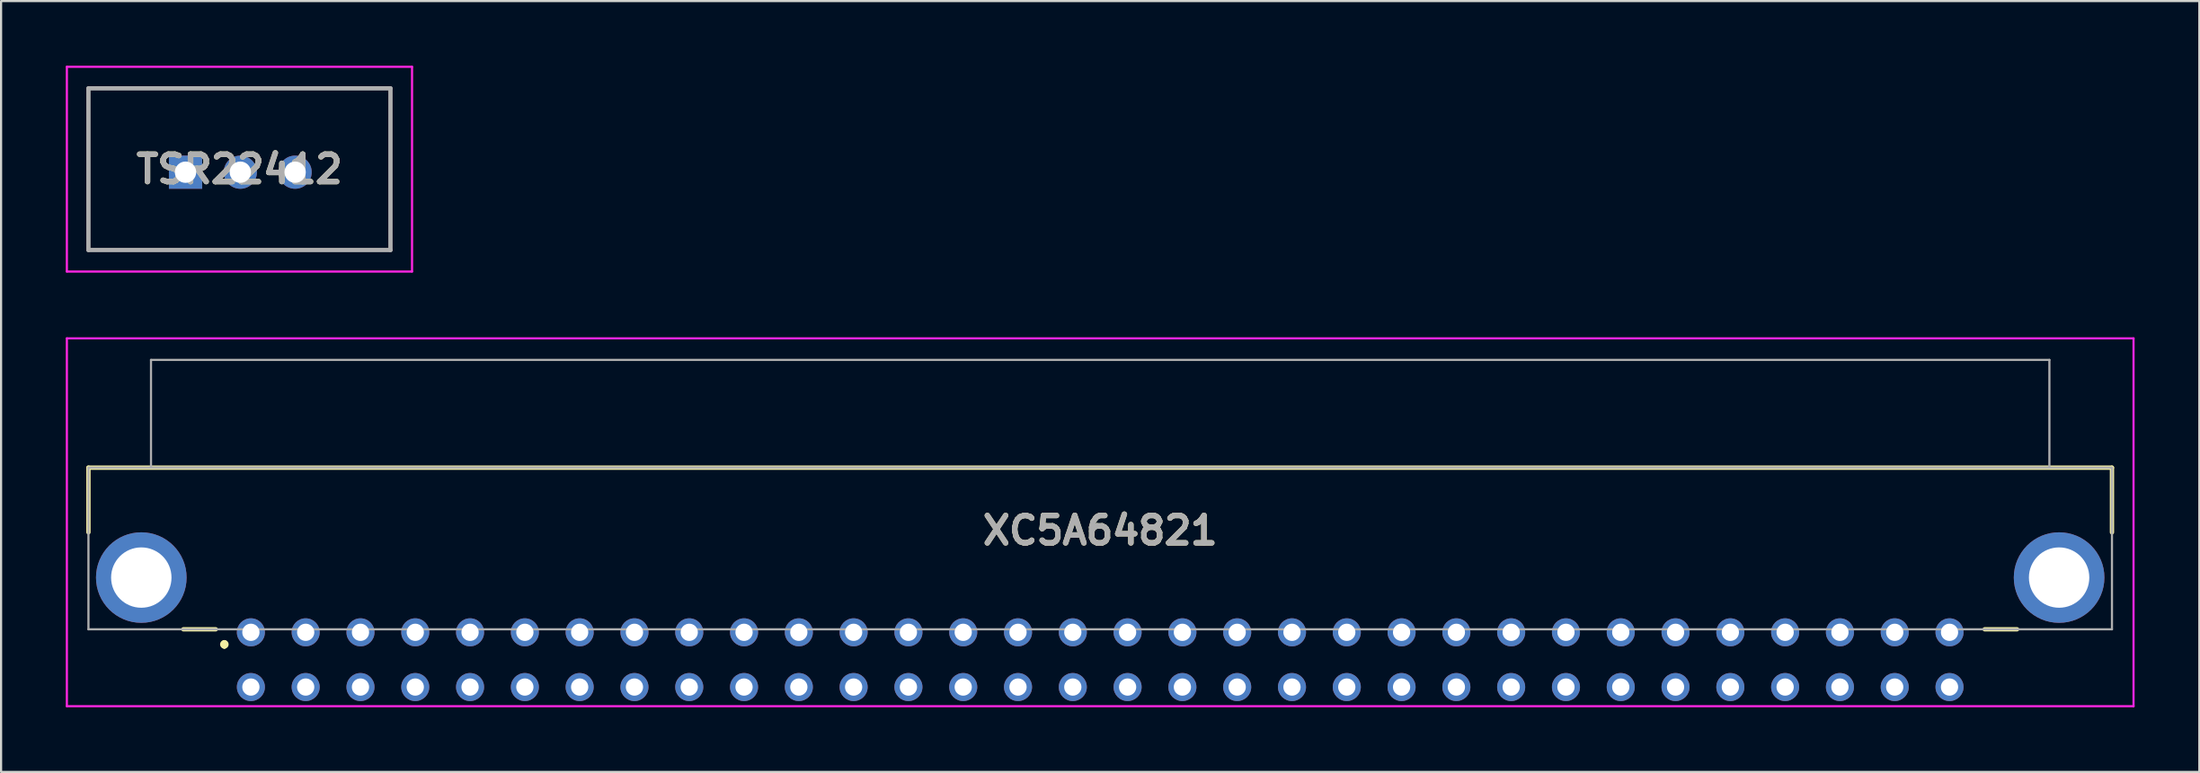
<source format=kicad_pcb>
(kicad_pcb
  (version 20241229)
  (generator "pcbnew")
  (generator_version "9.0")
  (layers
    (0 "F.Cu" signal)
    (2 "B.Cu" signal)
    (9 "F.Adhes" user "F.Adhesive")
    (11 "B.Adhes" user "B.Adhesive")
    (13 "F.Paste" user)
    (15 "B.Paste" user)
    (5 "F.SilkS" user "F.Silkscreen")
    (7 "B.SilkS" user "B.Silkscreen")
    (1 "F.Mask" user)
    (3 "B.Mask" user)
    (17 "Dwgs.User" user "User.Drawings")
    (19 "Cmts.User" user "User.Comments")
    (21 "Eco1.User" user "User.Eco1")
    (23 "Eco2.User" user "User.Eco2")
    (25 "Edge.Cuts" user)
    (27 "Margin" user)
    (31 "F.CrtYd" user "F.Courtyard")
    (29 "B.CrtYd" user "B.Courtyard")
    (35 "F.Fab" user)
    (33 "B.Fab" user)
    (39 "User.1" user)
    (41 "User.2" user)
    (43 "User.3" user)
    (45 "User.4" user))
  (footprint "TSR22412"
    (layer "F.Cu")
    (at 5.55 4.94)
    (property "Reference" "TSR22412" (at 2.5 -0.14 0) (layer "F.SilkS") (effects (font (size 1.27 1.27) (thickness 0.254))))
    (attr through_hole)
    (fp_line (start -4.5 -3.89) (end 9.5 -3.89) (stroke (width 0.1) (type solid)) (layer "F.SilkS"))
    (fp_line (start -4.5 3.61) (end -4.5 -3.89) (stroke (width 0.1) (type solid)) (layer "F.SilkS"))
    (fp_line (start 9.5 -3.89) (end 9.5 3.61) (stroke (width 0.1) (type solid)) (layer "F.SilkS"))
    (fp_line (start 9.5 3.61) (end -4.5 3.61) (stroke (width 0.1) (type solid)) (layer "F.SilkS"))
    (fp_line (start -5.5 -4.89) (end 10.5 -4.89) (stroke (width 0.1) (type solid)) (layer "F.CrtYd"))
    (fp_line (start -5.5 4.61) (end -5.5 -4.89) (stroke (width 0.1) (type solid)) (layer "F.CrtYd"))
    (fp_line (start 10.5 -4.89) (end 10.5 4.61) (stroke (width 0.1) (type solid)) (layer "F.CrtYd"))
    (fp_line (start 10.5 4.61) (end -5.5 4.61) (stroke (width 0.1) (type solid)) (layer "F.CrtYd"))
    (fp_line (start -4.5 -3.89) (end 9.5 -3.89) (stroke (width 0.2) (type solid)) (layer "F.Fab"))
    (fp_line (start -4.5 3.61) (end -4.5 -3.89) (stroke (width 0.2) (type solid)) (layer "F.Fab"))
    (fp_line (start 9.5 -3.89) (end 9.5 3.61) (stroke (width 0.2) (type solid)) (layer "F.Fab"))
    (fp_line (start 9.5 3.61) (end -4.5 3.61) (stroke (width 0.2) (type solid)) (layer "F.Fab"))
    (fp_text user "${REFERENCE}" (at 2.5 -0.14 0) (layer "F.Fab") (effects (font (size 1.27 1.27) (thickness 0.254))))
    (pad "1" thru_hole rect (at 0 0) (size 1.54 1.54) (drill 0.99) (layers "*.Cu" "*.Mask"))
    (pad "2" thru_hole circle (at 2.54 0) (size 1.54 1.54) (drill 0.99) (layers "*.Cu" "*.Mask"))
    (pad "3" thru_hole circle (at 5.08 0) (size 1.54 1.54) (drill 0.99) (layers "*.Cu" "*.Mask")))
  (footprint "XC5A64821"
    (layer "F.Cu")
    (at 8.58 26.29)
    (property "Reference" "XC5A64821" (at 39.37 -4.725 0) (layer "F.SilkS") (effects (font (size 1.27 1.27) (thickness 0.254))))
    (attr through_hole)
    (fp_line (start -7.53 -7.64) (end -7.53 -4.64) (stroke (width 0.2) (type solid)) (layer "F.SilkS"))
    (fp_line (start -3.13 -0.14) (end -1.63 -0.14) (stroke (width 0.2) (type solid)) (layer "F.SilkS"))
    (fp_line (start -1.23 0.46) (end -1.23 0.46) (stroke (width 0.2) (type solid)) (layer "F.SilkS"))
    (fp_line (start -1.23 0.66) (end -1.23 0.66) (stroke (width 0.2) (type solid)) (layer "F.SilkS"))
    (fp_line (start 80.37 -0.14) (end 81.87 -0.14) (stroke (width 0.2) (type solid)) (layer "F.SilkS"))
    (fp_line (start 86.27 -7.64) (end -7.53 -7.64) (stroke (width 0.2) (type solid)) (layer "F.SilkS"))
    (fp_line (start 86.27 -4.64) (end 86.27 -7.64) (stroke (width 0.2) (type solid)) (layer "F.SilkS"))
    (fp_arc (start -1.23 0.46) (mid -1.13 0.56) (end -1.23 0.66) (stroke (width 0.2) (type solid)) (layer "F.SilkS"))
    (fp_arc (start -1.23 0.66) (mid -1.33 0.56) (end -1.23 0.46) (stroke (width 0.2) (type solid)) (layer "F.SilkS"))
    (fp_line (start -8.53 -13.64) (end -8.53 3.429) (stroke (width 0.1) (type solid)) (layer "F.CrtYd"))
    (fp_line (start -8.53 3.429) (end 87.27 3.429) (stroke (width 0.1) (type solid)) (layer "F.CrtYd"))
    (fp_line (start 87.27 -13.64) (end -8.53 -13.64) (stroke (width 0.1) (type solid)) (layer "F.CrtYd"))
    (fp_line (start 87.27 3.429) (end 87.27 -13.64) (stroke (width 0.1) (type solid)) (layer "F.CrtYd"))
    (fp_line (start -7.53 -7.64) (end -7.53 -0.14) (stroke (width 0.1) (type solid)) (layer "F.Fab"))
    (fp_line (start -7.53 -0.14) (end 86.27 -0.14) (stroke (width 0.1) (type solid)) (layer "F.Fab"))
    (fp_line (start -4.63 -12.64) (end -4.63 -7.64) (stroke (width 0.1) (type solid)) (layer "F.Fab"))
    (fp_line (start -4.63 -7.64) (end 83.37 -7.64) (stroke (width 0.1) (type solid)) (layer "F.Fab"))
    (fp_line (start 83.37 -12.64) (end -4.63 -12.64) (stroke (width 0.1) (type solid)) (layer "F.Fab"))
    (fp_line (start 83.37 -7.64) (end 83.37 -12.64) (stroke (width 0.1) (type solid)) (layer "F.Fab"))
    (fp_line (start 86.27 -7.64) (end -7.53 -7.64) (stroke (width 0.1) (type solid)) (layer "F.Fab"))
    (fp_line (start 86.27 -0.14) (end 86.27 -7.64) (stroke (width 0.1) (type solid)) (layer "F.Fab"))
    (fp_text user "${REFERENCE}" (at 39.37 -4.725 0) (layer "F.Fab") (effects (font (size 1.27 1.27) (thickness 0.254))))
    (pad "A1" thru_hole circle (at 0 0) (size 1.3 1.3) (drill 0.8) (layers "*.Cu" "*.Mask"))
    (pad "A2" thru_hole circle (at 2.54 0) (size 1.3 1.3) (drill 0.8) (layers "*.Cu" "*.Mask"))
    (pad "A3" thru_hole circle (at 5.08 0) (size 1.3 1.3) (drill 0.8) (layers "*.Cu" "*.Mask"))
    (pad "A4" thru_hole circle (at 7.62 0) (size 1.3 1.3) (drill 0.8) (layers "*.Cu" "*.Mask"))
    (pad "A5" thru_hole circle (at 10.16 0) (size 1.3 1.3) (drill 0.8) (layers "*.Cu" "*.Mask"))
    (pad "A6" thru_hole circle (at 12.7 0) (size 1.3 1.3) (drill 0.8) (layers "*.Cu" "*.Mask"))
    (pad "A7" thru_hole circle (at 15.24 0) (size 1.3 1.3) (drill 0.8) (layers "*.Cu" "*.Mask"))
    (pad "A8" thru_hole circle (at 17.78 0) (size 1.3 1.3) (drill 0.8) (layers "*.Cu" "*.Mask"))
    (pad "A9" thru_hole circle (at 20.32 0) (size 1.3 1.3) (drill 0.8) (layers "*.Cu" "*.Mask"))
    (pad "A10" thru_hole circle (at 22.86 0) (size 1.3 1.3) (drill 0.8) (layers "*.Cu" "*.Mask"))
    (pad "A11" thru_hole circle (at 25.4 0) (size 1.3 1.3) (drill 0.8) (layers "*.Cu" "*.Mask"))
    (pad "A12" thru_hole circle (at 27.94 0) (size 1.3 1.3) (drill 0.8) (layers "*.Cu" "*.Mask"))
    (pad "A13" thru_hole circle (at 30.48 0) (size 1.3 1.3) (drill 0.8) (layers "*.Cu" "*.Mask"))
    (pad "A14" thru_hole circle (at 33.02 0) (size 1.3 1.3) (drill 0.8) (layers "*.Cu" "*.Mask"))
    (pad "A15" thru_hole circle (at 35.56 0) (size 1.3 1.3) (drill 0.8) (layers "*.Cu" "*.Mask"))
    (pad "A16" thru_hole circle (at 38.1 0) (size 1.3 1.3) (drill 0.8) (layers "*.Cu" "*.Mask"))
    (pad "A17" thru_hole circle (at 40.64 0) (size 1.3 1.3) (drill 0.8) (layers "*.Cu" "*.Mask"))
    (pad "A18" thru_hole circle (at 43.18 0) (size 1.3 1.3) (drill 0.8) (layers "*.Cu" "*.Mask"))
    (pad "A19" thru_hole circle (at 45.72 0) (size 1.3 1.3) (drill 0.8) (layers "*.Cu" "*.Mask"))
    (pad "A20" thru_hole circle (at 48.26 0) (size 1.3 1.3) (drill 0.8) (layers "*.Cu" "*.Mask"))
    (pad "A21" thru_hole circle (at 50.8 0) (size 1.3 1.3) (drill 0.8) (layers "*.Cu" "*.Mask"))
    (pad "A22" thru_hole circle (at 53.34 0) (size 1.3 1.3) (drill 0.8) (layers "*.Cu" "*.Mask"))
    (pad "A23" thru_hole circle (at 55.88 0) (size 1.3 1.3) (drill 0.8) (layers "*.Cu" "*.Mask"))
    (pad "A24" thru_hole circle (at 58.42 0) (size 1.3 1.3) (drill 0.8) (layers "*.Cu" "*.Mask"))
    (pad "A25" thru_hole circle (at 60.96 0) (size 1.3 1.3) (drill 0.8) (layers "*.Cu" "*.Mask"))
    (pad "A26" thru_hole circle (at 63.5 0) (size 1.3 1.3) (drill 0.8) (layers "*.Cu" "*.Mask"))
    (pad "A27" thru_hole circle (at 66.04 0) (size 1.3 1.3) (drill 0.8) (layers "*.Cu" "*.Mask"))
    (pad "A28" thru_hole circle (at 68.58 0) (size 1.3 1.3) (drill 0.8) (layers "*.Cu" "*.Mask"))
    (pad "A29" thru_hole circle (at 71.12 0) (size 1.3 1.3) (drill 0.8) (layers "*.Cu" "*.Mask"))
    (pad "A30" thru_hole circle (at 73.66 0) (size 1.3 1.3) (drill 0.8) (layers "*.Cu" "*.Mask"))
    (pad "A31" thru_hole circle (at 76.2 0) (size 1.3 1.3) (drill 0.8) (layers "*.Cu" "*.Mask"))
    (pad "A32" thru_hole circle (at 78.74 0) (size 1.3 1.3) (drill 0.8) (layers "*.Cu" "*.Mask"))
    (pad "B1" thru_hole circle (at 0 2.54) (size 1.3 1.3) (drill 0.8) (layers "*.Cu" "*.Mask"))
    (pad "B2" thru_hole circle (at 2.54 2.54) (size 1.3 1.3) (drill 0.8) (layers "*.Cu" "*.Mask"))
    (pad "B3" thru_hole circle (at 5.08 2.54) (size 1.3 1.3) (drill 0.8) (layers "*.Cu" "*.Mask"))
    (pad "B4" thru_hole circle (at 7.62 2.54) (size 1.3 1.3) (drill 0.8) (layers "*.Cu" "*.Mask"))
    (pad "B5" thru_hole circle (at 10.16 2.54) (size 1.3 1.3) (drill 0.8) (layers "*.Cu" "*.Mask"))
    (pad "B6" thru_hole circle (at 12.7 2.54) (size 1.3 1.3) (drill 0.8) (layers "*.Cu" "*.Mask"))
    (pad "B7" thru_hole circle (at 15.24 2.54) (size 1.3 1.3) (drill 0.8) (layers "*.Cu" "*.Mask"))
    (pad "B8" thru_hole circle (at 17.78 2.54) (size 1.3 1.3) (drill 0.8) (layers "*.Cu" "*.Mask"))
    (pad "B9" thru_hole circle (at 20.32 2.54) (size 1.3 1.3) (drill 0.8) (layers "*.Cu" "*.Mask"))
    (pad "B10" thru_hole circle (at 22.86 2.54) (size 1.3 1.3) (drill 0.8) (layers "*.Cu" "*.Mask"))
    (pad "B11" thru_hole circle (at 25.4 2.54) (size 1.3 1.3) (drill 0.8) (layers "*.Cu" "*.Mask"))
    (pad "B12" thru_hole circle (at 27.94 2.54) (size 1.3 1.3) (drill 0.8) (layers "*.Cu" "*.Mask"))
    (pad "B13" thru_hole circle (at 30.48 2.54) (size 1.3 1.3) (drill 0.8) (layers "*.Cu" "*.Mask"))
    (pad "B14" thru_hole circle (at 33.02 2.54) (size 1.3 1.3) (drill 0.8) (layers "*.Cu" "*.Mask"))
    (pad "B15" thru_hole circle (at 35.56 2.54) (size 1.3 1.3) (drill 0.8) (layers "*.Cu" "*.Mask"))
    (pad "B16" thru_hole circle (at 38.1 2.54) (size 1.3 1.3) (drill 0.8) (layers "*.Cu" "*.Mask"))
    (pad "B17" thru_hole circle (at 40.64 2.54) (size 1.3 1.3) (drill 0.8) (layers "*.Cu" "*.Mask"))
    (pad "B18" thru_hole circle (at 43.18 2.54) (size 1.3 1.3) (drill 0.8) (layers "*.Cu" "*.Mask"))
    (pad "B19" thru_hole circle (at 45.72 2.54) (size 1.3 1.3) (drill 0.8) (layers "*.Cu" "*.Mask"))
    (pad "B20" thru_hole circle (at 48.26 2.54) (size 1.3 1.3) (drill 0.8) (layers "*.Cu" "*.Mask"))
    (pad "B21" thru_hole circle (at 50.8 2.54) (size 1.3 1.3) (drill 0.8) (layers "*.Cu" "*.Mask"))
    (pad "B22" thru_hole circle (at 53.34 2.54) (size 1.3 1.3) (drill 0.8) (layers "*.Cu" "*.Mask"))
    (pad "B23" thru_hole circle (at 55.88 2.54) (size 1.3 1.3) (drill 0.8) (layers "*.Cu" "*.Mask"))
    (pad "B24" thru_hole circle (at 58.42 2.54) (size 1.3 1.3) (drill 0.8) (layers "*.Cu" "*.Mask"))
    (pad "B25" thru_hole circle (at 60.96 2.54) (size 1.3 1.3) (drill 0.8) (layers "*.Cu" "*.Mask"))
    (pad "B26" thru_hole circle (at 63.5 2.54) (size 1.3 1.3) (drill 0.8) (layers "*.Cu" "*.Mask"))
    (pad "B27" thru_hole circle (at 66.04 2.54) (size 1.3 1.3) (drill 0.8) (layers "*.Cu" "*.Mask"))
    (pad "B28" thru_hole circle (at 68.58 2.54) (size 1.3 1.3) (drill 0.8) (layers "*.Cu" "*.Mask"))
    (pad "B29" thru_hole circle (at 71.12 2.54) (size 1.3 1.3) (drill 0.8) (layers "*.Cu" "*.Mask"))
    (pad "B30" thru_hole circle (at 73.66 2.54) (size 1.3 1.3) (drill 0.8) (layers "*.Cu" "*.Mask"))
    (pad "B31" thru_hole circle (at 76.2 2.54) (size 1.3 1.3) (drill 0.8) (layers "*.Cu" "*.Mask"))
    (pad "B32" thru_hole circle (at 78.74 2.54) (size 1.3 1.3) (drill 0.8) (layers "*.Cu" "*.Mask"))
    (pad "MH1" thru_hole circle (at -5.08 -2.54) (size 4.2 4.2) (drill 2.8) (layers "*.Cu" "*.Mask"))
    (pad "MH2" thru_hole circle (at 83.82 -2.54) (size 4.2 4.2) (drill 2.8) (layers "*.Cu" "*.Mask")))
  (gr_rect
    (start -3 -3)
    (end 98.9 32.769)
    (stroke (width 0.1) (type default))
    (fill no)
    (layer "Edge.Cuts")))
</source>
